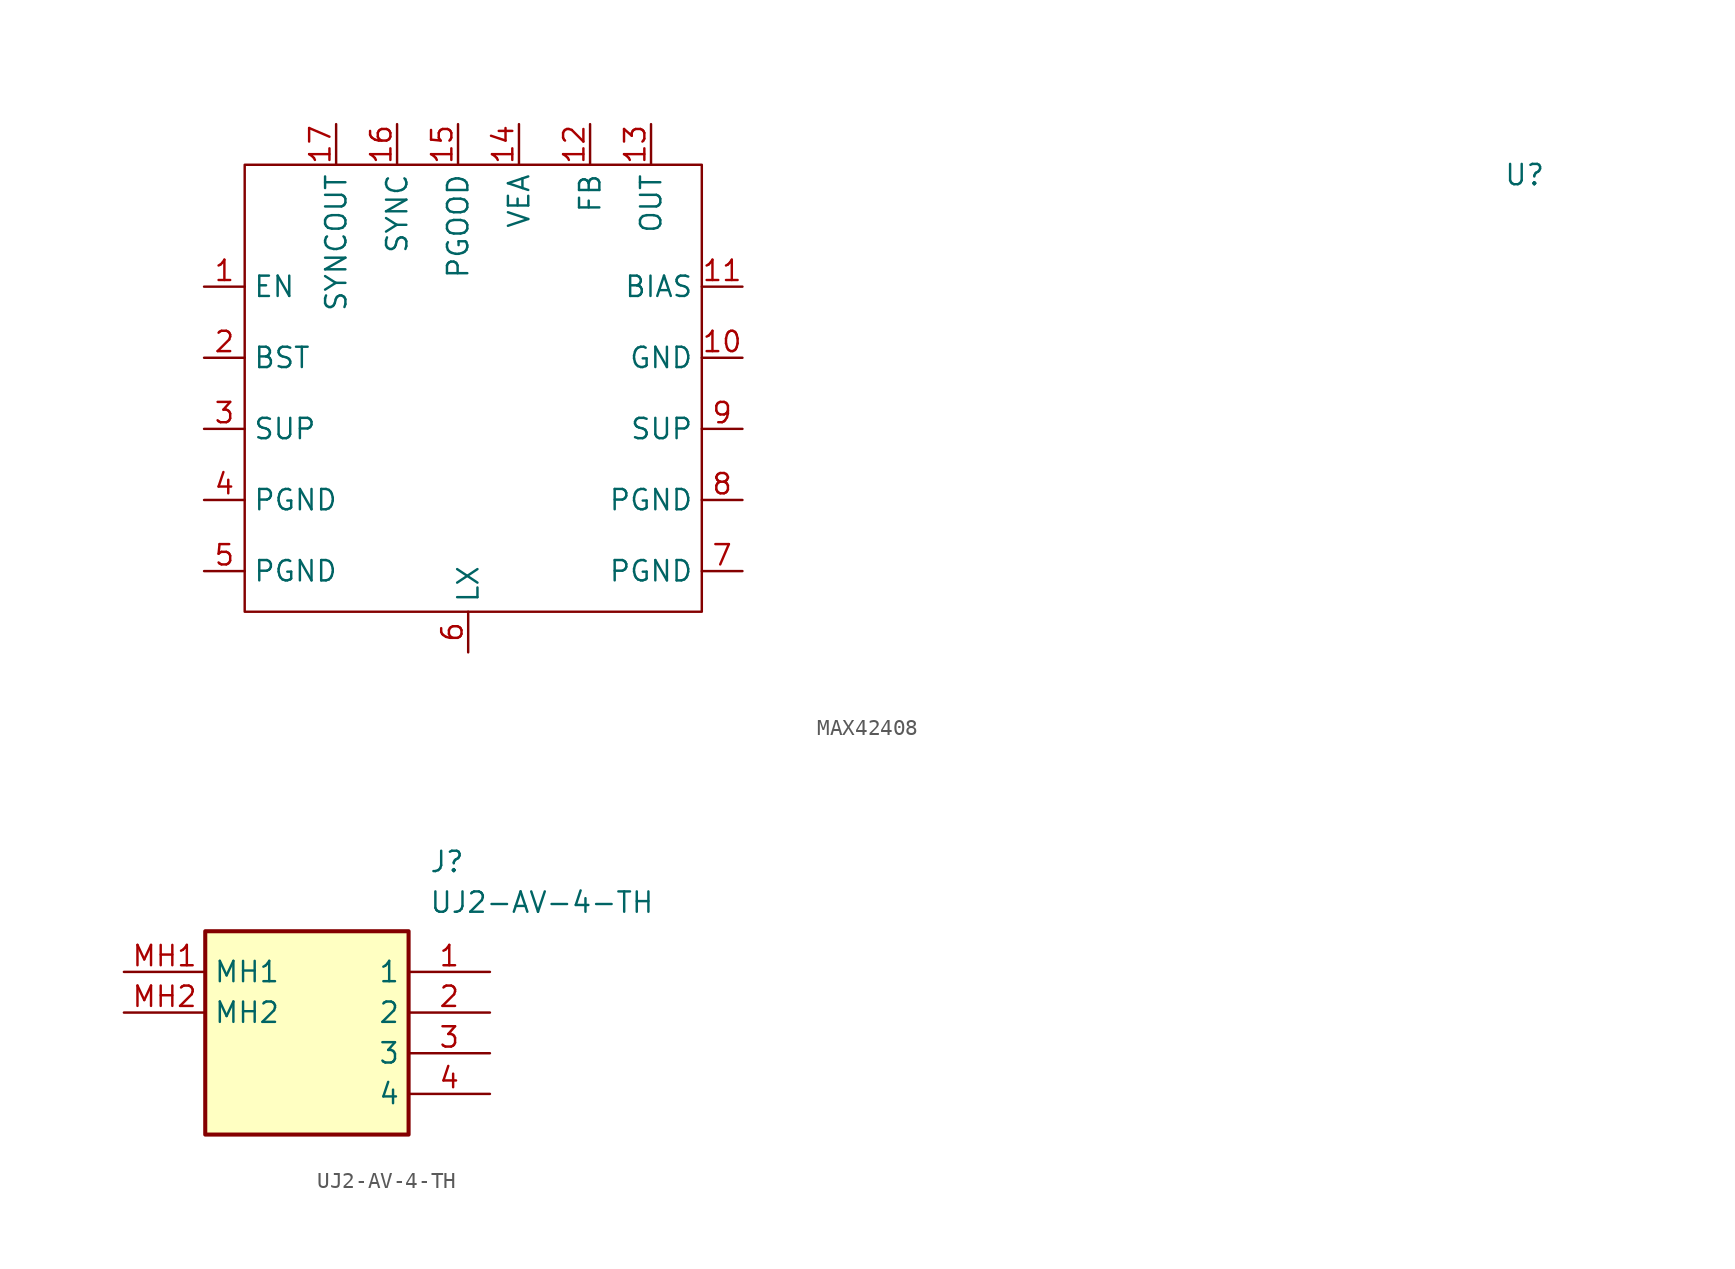
<source format=kicad_sym>
(kicad_symbol_lib
  (version 20220914)
  (generator kicad_symbol_editor)
  (symbol "MAX42408"
    (property "Reference" "U"
      (at 64.77 27.305 0)
      (effects (font (size 1.27 1.27))))
    (property "Value" ""
      (at 5.08 -2.54 0)
      (effects (font (size 1.27 1.27))))
    (symbol "MAX42408_0_1"
      (rectangle (start -15.24 27.94) (end 13.335 0) (stroke (width 0) (type default)) (fill (type none))))
    (symbol "MAX42408_1_1"
      (pin input line (at -17.78 20.32 0) (length 2.54) (name "EN" (effects (font (size 1.27 1.27)))) (number "1" (effects (font (size 1.27 1.27)))))
      (pin input line (at 15.875 15.875 180) (length 2.54) (name "GND" (effects (font (size 1.27 1.27)))) (number "10" (effects (font (size 1.27 1.27)))))
      (pin output line (at 15.875 20.32 180) (length 2.54) (name "BIAS" (effects (font (size 1.27 1.27)))) (number "11" (effects (font (size 1.27 1.27)))))
      (pin input line (at 6.35 30.48 270) (length 2.54) (name "FB" (effects (font (size 1.27 1.27)))) (number "12" (effects (font (size 1.27 1.27)))))
      (pin output line (at 10.16 30.48 270) (length 2.54) (name "OUT" (effects (font (size 1.27 1.27)))) (number "13" (effects (font (size 1.27 1.27)))))
      (pin bidirectional line (at 1.905 30.48 270) (length 2.54) (name "VEA" (effects (font (size 1.27 1.27)))) (number "14" (effects (font (size 1.27 1.27)))))
      (pin output line (at -1.905 30.48 270) (length 2.54) (name "PGOOD" (effects (font (size 1.27 1.27)))) (number "15" (effects (font (size 1.27 1.27)))))
      (pin input line (at -5.715 30.48 270) (length 2.54) (name "SYNC" (effects (font (size 1.27 1.27)))) (number "16" (effects (font (size 1.27 1.27)))))
      (pin output line (at -9.525 30.48 270) (length 2.54) (name "SYNCOUT" (effects (font (size 1.27 1.27)))) (number "17" (effects (font (size 1.27 1.27)))))
      (pin input line (at -17.78 15.875 0) (length 2.54) (name "BST" (effects (font (size 1.27 1.27)))) (number "2" (effects (font (size 1.27 1.27)))))
      (pin input line (at -17.78 11.43 0) (length 2.54) (name "SUP" (effects (font (size 1.27 1.27)))) (number "3" (effects (font (size 1.27 1.27)))))
      (pin input line (at -17.78 6.985 0) (length 2.54) (name "PGND" (effects (font (size 1.27 1.27)))) (number "4" (effects (font (size 1.27 1.27)))))
      (pin input line (at -17.78 2.54 0) (length 2.54) (name "PGND" (effects (font (size 1.27 1.27)))) (number "5" (effects (font (size 1.27 1.27)))))
      (pin input line (at -1.27 -2.54 90) (length 2.54) (name "LX" (effects (font (size 1.27 1.27)))) (number "6" (effects (font (size 1.27 1.27)))))
      (pin input line (at 15.875 2.54 180) (length 2.54) (name "PGND" (effects (font (size 1.27 1.27)))) (number "7" (effects (font (size 1.27 1.27)))))
      (pin input line (at 15.875 6.985 180) (length 2.54) (name "PGND" (effects (font (size 1.27 1.27)))) (number "8" (effects (font (size 1.27 1.27)))))
      (pin input line (at 15.875 11.43 180) (length 2.54) (name "SUP" (effects (font (size 1.27 1.27)))) (number "9" (effects (font (size 1.27 1.27)))))))
  (symbol "UJ2-AV-4-TH"
    (property "Reference" "J"
      (at 19.05 7.62 0)
      (effects (font (size 1.27 1.27)) (justify left top)))
    (property "Value" "UJ2-AV-4-TH"
      (at 19.05 5.08 0)
      (effects (font (size 1.27 1.27)) (justify left top)))
    (symbol "UJ2-AV-4-TH_1_1"
      (rectangle (start 5.08 2.54) (end 17.78 -10.16) (stroke (width 0.254) (type default)) (fill (type background)))
      (pin passive line (at 22.86 0 180) (length 5.08) (name "1" (effects (font (size 1.27 1.27)))) (number "1" (effects (font (size 1.27 1.27)))))
      (pin passive line (at 22.86 -2.54 180) (length 5.08) (name "2" (effects (font (size 1.27 1.27)))) (number "2" (effects (font (size 1.27 1.27)))))
      (pin passive line (at 22.86 -5.08 180) (length 5.08) (name "3" (effects (font (size 1.27 1.27)))) (number "3" (effects (font (size 1.27 1.27)))))
      (pin passive line (at 22.86 -7.62 180) (length 5.08) (name "4" (effects (font (size 1.27 1.27)))) (number "4" (effects (font (size 1.27 1.27)))))
      (pin passive line (at 0 0 0) (length 5.08) (name "MH1" (effects (font (size 1.27 1.27)))) (number "MH1" (effects (font (size 1.27 1.27)))))
      (pin passive line (at 0 -2.54 0) (length 5.08) (name "MH2" (effects (font (size 1.27 1.27)))) (number "MH2" (effects (font (size 1.27 1.27))))))))
</source>
